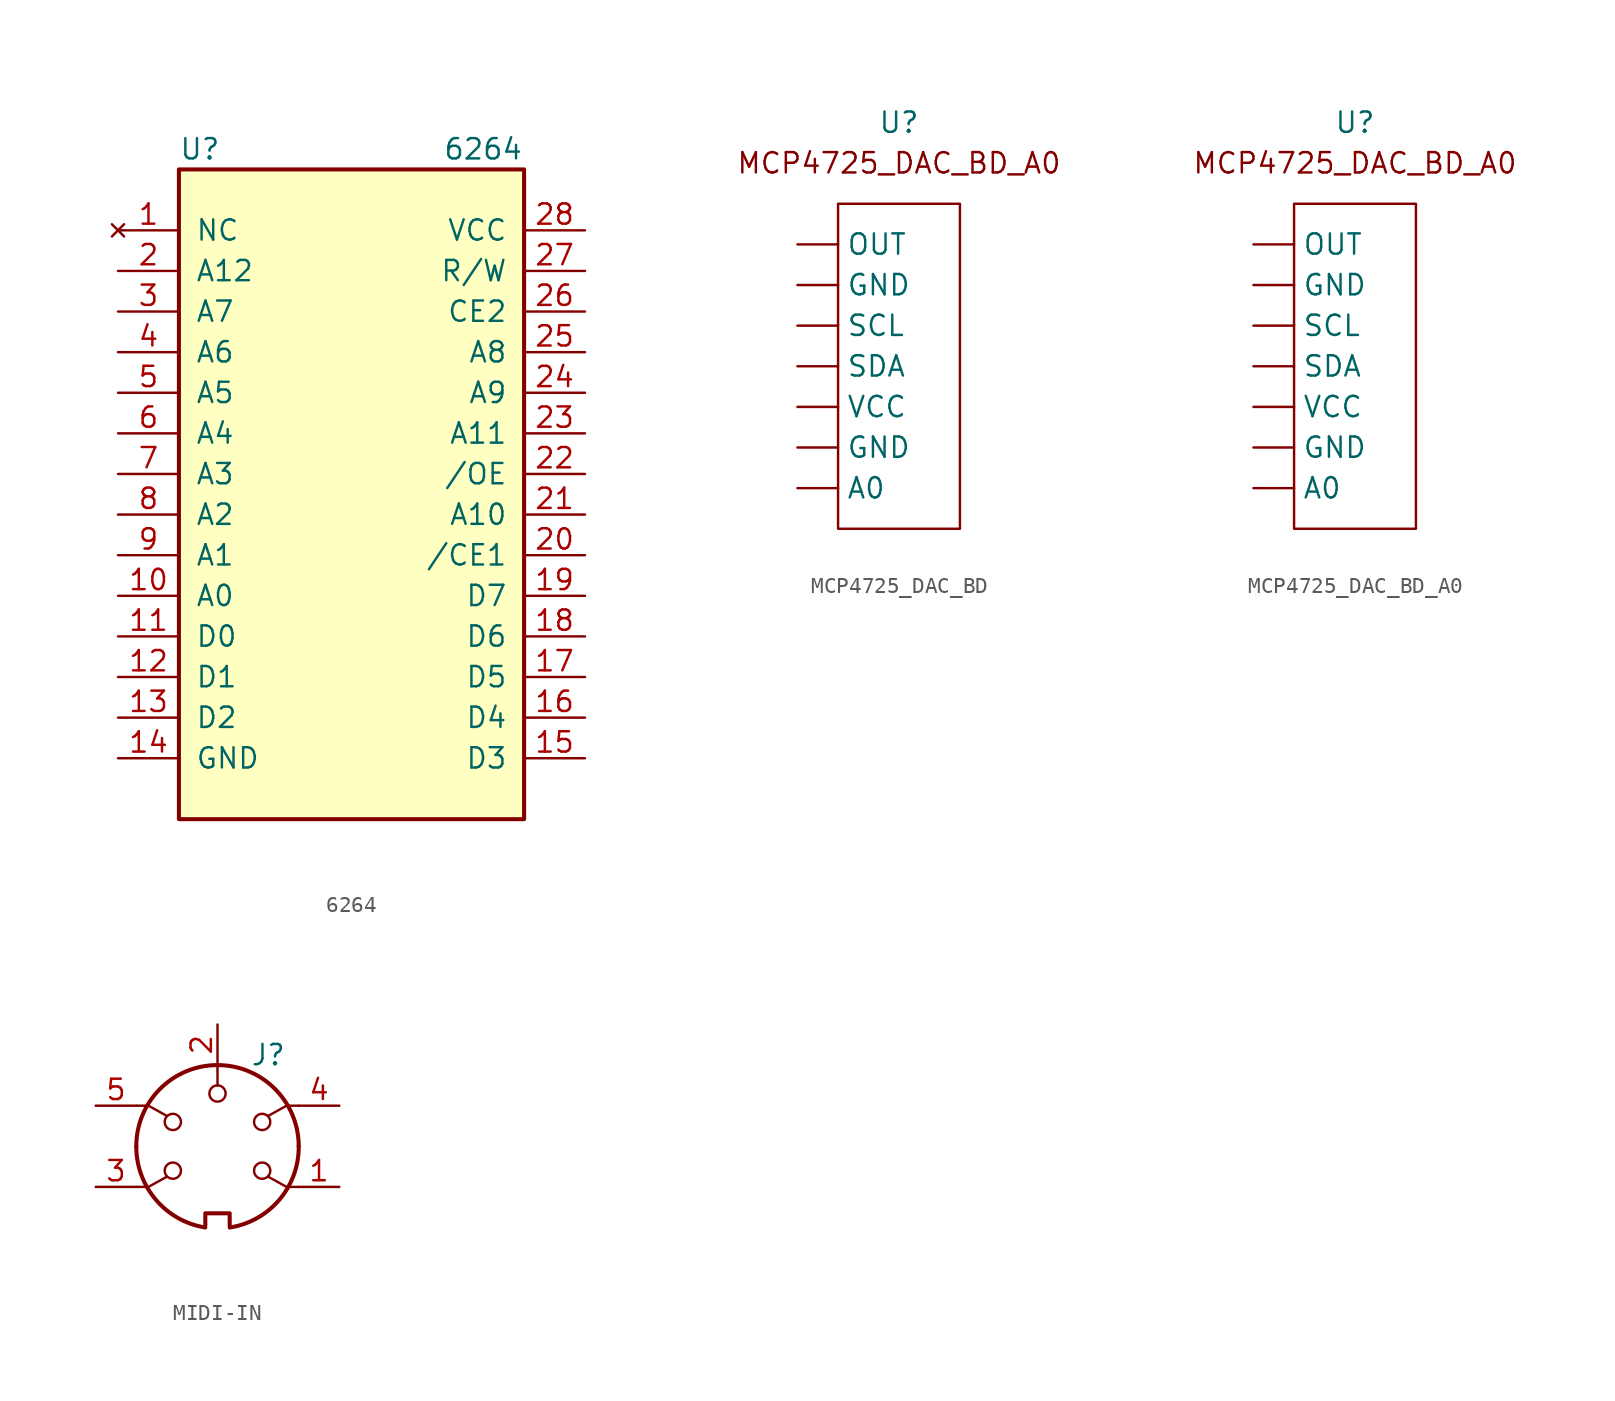
<source format=kicad_sym>
(kicad_symbol_lib
  (version 20220914)
  (generator kicad_symbol_editor)
  (symbol "6264"
    (pin_names
      (offset 1.016))
    (property "Reference" "U"
      (at -11.43 21.59 0)
      (effects (font (size 1.27 1.27)) (justify left)))
    (property "Value" "6264"
      (at 5.08 21.59 0)
      (effects (font (size 1.27 1.27)) (justify left)))
    (symbol "6264_0_1"
      (rectangle (start -11.43 20.32) (end 10.16 -20.32) (stroke (width 0.254) (type default)) (fill (type background))))
    (symbol "6264_1_1"
      (pin no_connect line (at -15.24 16.51 0) (length 3.81) (name "NC" (effects (font (size 1.27 1.27)))) (number "1" (effects (font (size 1.27 1.27)))))
      (pin input line (at -15.24 -6.35 0) (length 3.81) (name "A0" (effects (font (size 1.27 1.27)))) (number "10" (effects (font (size 1.27 1.27)))))
      (pin bidirectional line (at -15.24 -8.89 0) (length 3.81) (name "D0" (effects (font (size 1.27 1.27)))) (number "11" (effects (font (size 1.27 1.27)))))
      (pin bidirectional line (at -15.24 -11.43 0) (length 3.81) (name "D1" (effects (font (size 1.27 1.27)))) (number "12" (effects (font (size 1.27 1.27)))))
      (pin bidirectional line (at -15.24 -13.97 0) (length 3.81) (name "D2" (effects (font (size 1.27 1.27)))) (number "13" (effects (font (size 1.27 1.27)))))
      (pin power_in line (at -15.24 -16.51 0) (length 3.81) (name "GND" (effects (font (size 1.27 1.27)))) (number "14" (effects (font (size 1.27 1.27)))))
      (pin bidirectional line (at 13.97 -16.51 180) (length 3.81) (name "D3" (effects (font (size 1.27 1.27)))) (number "15" (effects (font (size 1.27 1.27)))))
      (pin bidirectional line (at 13.97 -13.97 180) (length 3.81) (name "D4" (effects (font (size 1.27 1.27)))) (number "16" (effects (font (size 1.27 1.27)))))
      (pin bidirectional line (at 13.97 -11.43 180) (length 3.81) (name "D5" (effects (font (size 1.27 1.27)))) (number "17" (effects (font (size 1.27 1.27)))))
      (pin bidirectional line (at 13.97 -8.89 180) (length 3.81) (name "D6" (effects (font (size 1.27 1.27)))) (number "18" (effects (font (size 1.27 1.27)))))
      (pin bidirectional line (at 13.97 -6.35 180) (length 3.81) (name "D7" (effects (font (size 1.27 1.27)))) (number "19" (effects (font (size 1.27 1.27)))))
      (pin input line (at -15.24 13.97 0) (length 3.81) (name "A12" (effects (font (size 1.27 1.27)))) (number "2" (effects (font (size 1.27 1.27)))))
      (pin input line (at 13.97 -3.81 180) (length 3.81) (name "/CE1" (effects (font (size 1.27 1.27)))) (number "20" (effects (font (size 1.27 1.27)))))
      (pin input line (at 13.97 -1.27 180) (length 3.81) (name "A10" (effects (font (size 1.27 1.27)))) (number "21" (effects (font (size 1.27 1.27)))))
      (pin input line (at 13.97 1.27 180) (length 3.81) (name "/OE" (effects (font (size 1.27 1.27)))) (number "22" (effects (font (size 1.27 1.27)))))
      (pin input line (at 13.97 3.81 180) (length 3.81) (name "A11" (effects (font (size 1.27 1.27)))) (number "23" (effects (font (size 1.27 1.27)))))
      (pin input line (at 13.97 6.35 180) (length 3.81) (name "A9" (effects (font (size 1.27 1.27)))) (number "24" (effects (font (size 1.27 1.27)))))
      (pin input line (at 13.97 8.89 180) (length 3.81) (name "A8" (effects (font (size 1.27 1.27)))) (number "25" (effects (font (size 1.27 1.27)))))
      (pin input line (at 13.97 11.43 180) (length 3.81) (name "CE2" (effects (font (size 1.27 1.27)))) (number "26" (effects (font (size 1.27 1.27)))))
      (pin input line (at 13.97 13.97 180) (length 3.81) (name "R/W" (effects (font (size 1.27 1.27)))) (number "27" (effects (font (size 1.27 1.27)))))
      (pin power_in line (at 13.97 16.51 180) (length 3.81) (name "VCC" (effects (font (size 1.27 1.27)))) (number "28" (effects (font (size 1.27 1.27)))))
      (pin input line (at -15.24 11.43 0) (length 3.81) (name "A7" (effects (font (size 1.27 1.27)))) (number "3" (effects (font (size 1.27 1.27)))))
      (pin input line (at -15.24 8.89 0) (length 3.81) (name "A6" (effects (font (size 1.27 1.27)))) (number "4" (effects (font (size 1.27 1.27)))))
      (pin input line (at -15.24 6.35 0) (length 3.81) (name "A5" (effects (font (size 1.27 1.27)))) (number "5" (effects (font (size 1.27 1.27)))))
      (pin input line (at -15.24 3.81 0) (length 3.81) (name "A4" (effects (font (size 1.27 1.27)))) (number "6" (effects (font (size 1.27 1.27)))))
      (pin input line (at -15.24 1.27 0) (length 3.81) (name "A3" (effects (font (size 1.27 1.27)))) (number "7" (effects (font (size 1.27 1.27)))))
      (pin input line (at -15.24 -1.27 0) (length 3.81) (name "A2" (effects (font (size 1.27 1.27)))) (number "8" (effects (font (size 1.27 1.27)))))
      (pin input line (at -15.24 -3.81 0) (length 3.81) (name "A1" (effects (font (size 1.27 1.27)))) (number "9" (effects (font (size 1.27 1.27)))))))
  (symbol "MCP4725_DAC_BD"
    (property "Reference" "U"
      (at 0 15.24 0)
      (effects (font (size 1.27 1.27))))
    (property "Value" ""
      (at -1.27 3.81 0)
      (effects (font (size 1.27 1.27))))
    (symbol "MCP4725_DAC_BD_0_1"
      (rectangle (start -3.81 10.16) (end 3.81 -10.16) (stroke (width 0) (type default)) (fill (type none))))
    (symbol "MCP4725_DAC_BD_1_1"
      (text "MCP4725_DAC_BD_A0\n" (at 0 12.7 0) (effects (font (size 1.27 1.27))))
      (pin input line (at -6.35 -7.62 0) (length 2.54) (name "A0" (effects (font (size 1.27 1.27)))) (number "" (effects (font (size 1.27 1.27)))))
      (pin power_in line (at -6.35 -5.08 0) (length 2.54) (name "GND" (effects (font (size 1.27 1.27)))) (number "" (effects (font (size 1.27 1.27)))))
      (pin power_in line (at -6.35 5.08 0) (length 2.54) (name "GND" (effects (font (size 1.27 1.27)))) (number "" (effects (font (size 1.27 1.27)))))
      (pin output line (at -6.35 7.62 0) (length 2.54) (name "OUT" (effects (font (size 1.27 1.27)))) (number "" (effects (font (size 1.27 1.27)))))
      (pin input line (at -6.35 2.54 0) (length 2.54) (name "SCL" (effects (font (size 1.27 1.27)))) (number "" (effects (font (size 1.27 1.27)))))
      (pin input line (at -6.35 0 0) (length 2.54) (name "SDA" (effects (font (size 1.27 1.27)))) (number "" (effects (font (size 1.27 1.27)))))
      (pin power_in line (at -6.35 -2.54 0) (length 2.54) (name "VCC" (effects (font (size 1.27 1.27)))) (number "" (effects (font (size 1.27 1.27)))))))
  (symbol "MCP4725_DAC_BD_A0"
    (property "Reference" "U"
      (at 0 15.24 0)
      (effects (font (size 1.27 1.27))))
    (property "Value" ""
      (at -1.27 3.81 0)
      (effects (font (size 1.27 1.27))))
    (symbol "MCP4725_DAC_BD_A0_0_1"
      (rectangle (start -3.81 10.16) (end 3.81 -10.16) (stroke (width 0) (type default)) (fill (type none))))
    (symbol "MCP4725_DAC_BD_A0_1_1"
      (text "MCP4725_DAC_BD_A0\n" (at 0 12.7 0) (effects (font (size 1.27 1.27))))
      (pin input line (at -6.35 -7.62 0) (length 2.54) (name "A0" (effects (font (size 1.27 1.27)))) (number "" (effects (font (size 1.27 1.27)))))
      (pin power_in line (at -6.35 -5.08 0) (length 2.54) (name "GND" (effects (font (size 1.27 1.27)))) (number "" (effects (font (size 1.27 1.27)))))
      (pin power_in line (at -6.35 5.08 0) (length 2.54) (name "GND" (effects (font (size 1.27 1.27)))) (number "" (effects (font (size 1.27 1.27)))))
      (pin output line (at -6.35 7.62 0) (length 2.54) (name "OUT" (effects (font (size 1.27 1.27)))) (number "" (effects (font (size 1.27 1.27)))))
      (pin input line (at -6.35 2.54 0) (length 2.54) (name "SCL" (effects (font (size 1.27 1.27)))) (number "" (effects (font (size 1.27 1.27)))))
      (pin input line (at -6.35 0 0) (length 2.54) (name "SDA" (effects (font (size 1.27 1.27)))) (number "" (effects (font (size 1.27 1.27)))))
      (pin power_in line (at -6.35 -2.54 0) (length 2.54) (name "VCC" (effects (font (size 1.27 1.27)))) (number "" (effects (font (size 1.27 1.27)))))))
  (symbol "MIDI-IN"
    (pin_names
      (offset 1.016))
    (property "Reference" "J"
      (at 3.175 5.715 0)
      (effects (font (size 1.27 1.27))))
    (property "Value" ""
      (at 1.27 -7.62 0)
      (effects (font (size 1.27 1.27))))
    (symbol "MIDI-IN_0_1"
      (arc (start -5.08 0) (mid -3.8609 -3.3364) (end -0.762 -5.08) (stroke (width 0.254) (type default)) (fill (type none)))
      (circle (center -2.794 -1.524) (radius 0.508) (stroke (width 0) (type default)) (fill (type none)))
      (circle (center -2.794 1.524) (radius 0.508) (stroke (width 0) (type default)) (fill (type none)))
      (polyline (pts (xy 0 5.08) (xy 0 3.81)) (stroke (width 0) (type default)) (fill (type none)))
      (polyline (pts (xy -5.08 -2.54) (xy -4.318 -2.54) (xy -3.175 -1.905)) (stroke (width 0) (type default)) (fill (type none)))
      (polyline (pts (xy -5.08 2.54) (xy -4.318 2.54) (xy -3.175 1.905)) (stroke (width 0) (type default)) (fill (type none)))
      (polyline (pts (xy 5.08 -2.54) (xy 4.318 -2.54) (xy 3.175 -1.905)) (stroke (width 0) (type default)) (fill (type none)))
      (polyline (pts (xy 5.08 2.54) (xy 4.318 2.54) (xy 3.175 1.905)) (stroke (width 0) (type default)) (fill (type none)))
      (polyline (pts (xy -0.762 -4.953) (xy -0.762 -4.191) (xy 0.762 -4.191) (xy 0.762 -4.953)) (stroke (width 0.254) (type default)) (fill (type none)))
      (circle (center 0 3.302) (radius 0.508) (stroke (width 0) (type default)) (fill (type none)))
      (arc (start 0.762 -5.08) (mid 3.8685 -3.343) (end 5.08 0) (stroke (width 0.254) (type default)) (fill (type none)))
      (circle (center 2.794 -1.524) (radius 0.508) (stroke (width 0) (type default)) (fill (type none)))
      (circle (center 2.794 1.524) (radius 0.508) (stroke (width 0) (type default)) (fill (type none)))
      (arc (start 5.08 0) (mid 0 5.0579) (end -5.08 0) (stroke (width 0.254) (type default)) (fill (type none))))
    (symbol "MIDI-IN_1_1"
      (pin unspecified line (at 7.62 -2.54 180) (length 2.54) (name "" (effects (font (size 1.27 1.27)))) (number "1" (effects (font (size 1.27 1.27)))))
      (pin unspecified line (at 0 7.62 270) (length 2.54) (name "" (effects (font (size 1.27 1.27)))) (number "2" (effects (font (size 1.27 1.27)))))
      (pin unspecified line (at -7.62 -2.54 0) (length 2.54) (name "" (effects (font (size 1.27 1.27)))) (number "3" (effects (font (size 1.27 1.27)))))
      (pin input line (at 7.62 2.54 180) (length 2.54) (name "~" (effects (font (size 1.27 1.27)))) (number "4" (effects (font (size 1.27 1.27)))))
      (pin output line (at -7.62 2.54 0) (length 2.54) (name "" (effects (font (size 1.27 1.27)))) (number "5" (effects (font (size 1.27 1.27))))))))
</source>
